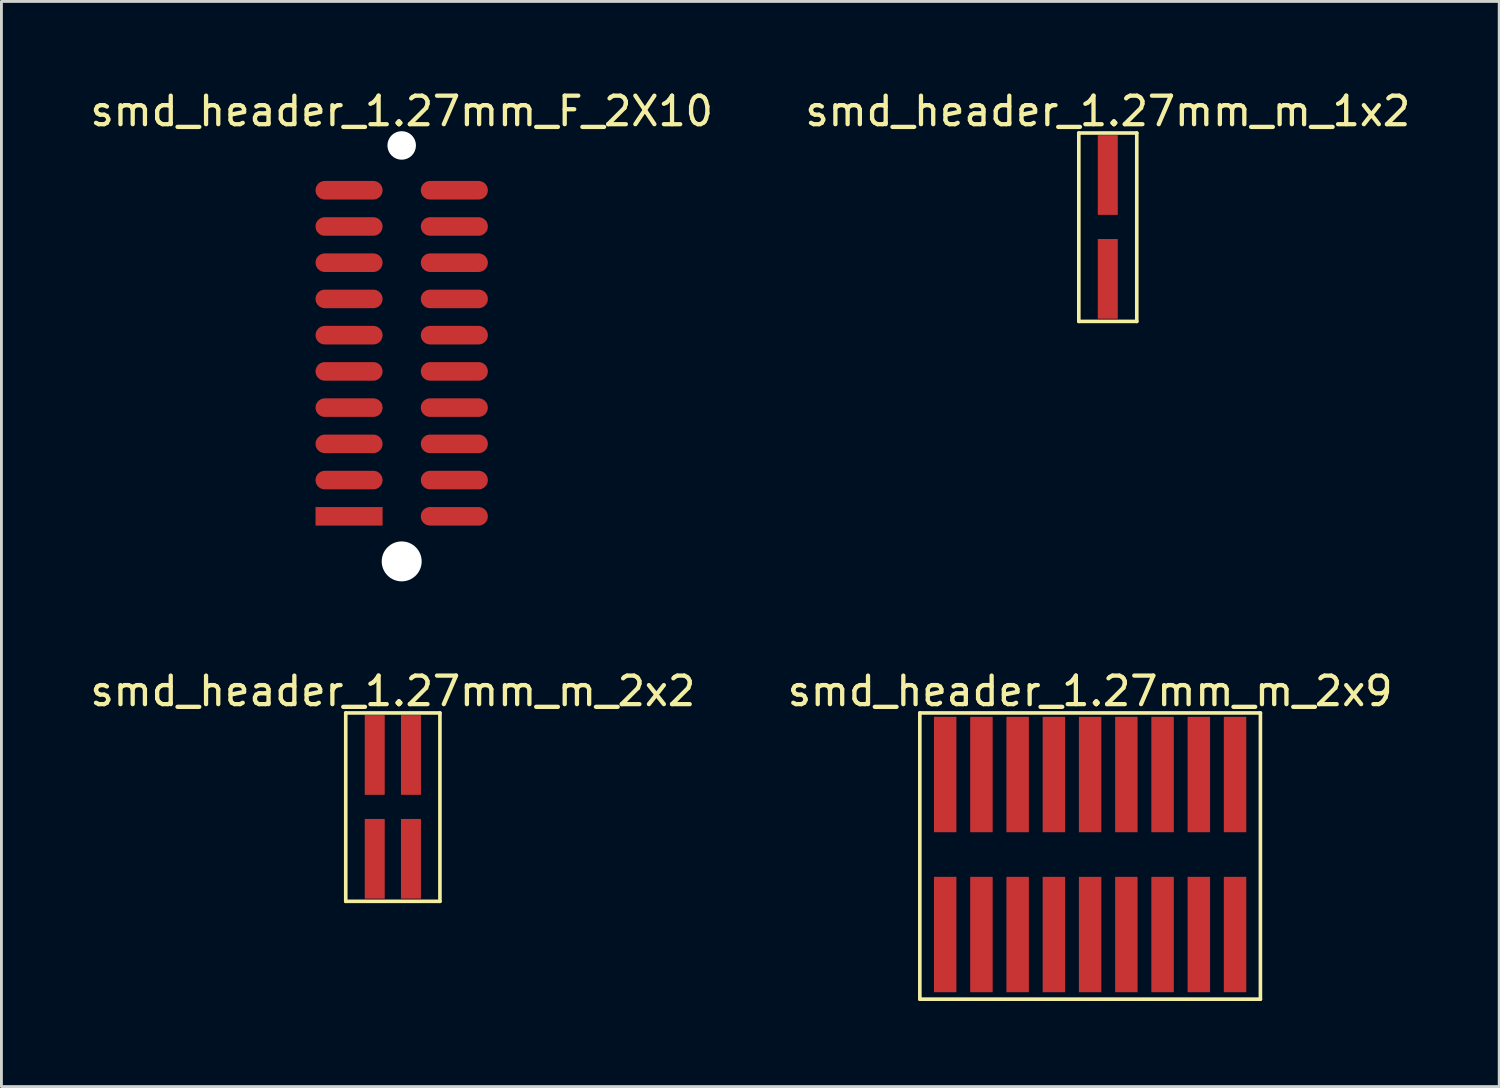
<source format=kicad_pcb>
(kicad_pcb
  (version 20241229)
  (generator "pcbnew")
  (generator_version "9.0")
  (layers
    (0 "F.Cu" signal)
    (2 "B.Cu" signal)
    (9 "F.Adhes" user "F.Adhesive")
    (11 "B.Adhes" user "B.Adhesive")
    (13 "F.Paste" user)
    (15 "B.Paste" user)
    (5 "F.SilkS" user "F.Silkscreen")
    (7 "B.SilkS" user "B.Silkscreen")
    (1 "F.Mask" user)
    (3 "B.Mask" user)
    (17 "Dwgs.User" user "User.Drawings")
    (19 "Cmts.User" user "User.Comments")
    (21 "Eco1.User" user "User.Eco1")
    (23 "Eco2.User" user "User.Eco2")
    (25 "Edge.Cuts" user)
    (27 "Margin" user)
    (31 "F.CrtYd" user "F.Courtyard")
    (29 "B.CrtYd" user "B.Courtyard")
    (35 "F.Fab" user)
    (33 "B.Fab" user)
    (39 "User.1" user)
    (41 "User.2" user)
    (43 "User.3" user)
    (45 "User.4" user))
  (footprint "smd_header_1.27mm_m_1x2"
    (layer "F.Cu")
    (at 35.78 4.905)
    (property "Reference" "smd_header_1.27mm_m_1x2" (at 0 -4.057 0) (layer "F.SilkS") (effects (font (size 1 1) (thickness 0.15))))
    (fp_line (start -1.016 -3.293) (end 1.016 -3.293) (stroke (width 0.127) (type solid)) (layer "F.SilkS"))
    (fp_line (start -1.016 3.311) (end -1.016 -3.293) (stroke (width 0.127) (type solid)) (layer "F.SilkS"))
    (fp_line (start -1.016 3.311) (end 1.016 3.311) (stroke (width 0.127) (type solid)) (layer "F.SilkS"))
    (fp_line (start 1.016 3.311) (end 1.016 -3.293) (stroke (width 0.127) (type solid)) (layer "F.SilkS"))
    (pad "1" smd rect (at 0 -1.82 180) (size 0.7 2.794) (layers "F.Cu" "F.Mask" "F.Paste"))
    (pad "2" smd rect (at 0 1.82 180) (size 0.7 2.794) (layers "F.Cu" "F.Mask" "F.Paste")))
  (footprint "smd_header_1.27mm_m_2x9"
    (layer "F.Cu")
    (at 35.161 26.903)
    (property "Reference" "smd_header_1.27mm_m_2x9" (at 0 -5.727 0) (layer "F.SilkS") (effects (font (size 1 1) (thickness 0.15))))
    (fp_line (start -5.969 -4.963) (end 5.969 -4.963) (stroke (width 0.127) (type solid)) (layer "F.SilkS"))
    (fp_line (start -5.969 5.07) (end -5.969 -4.963) (stroke (width 0.127) (type solid)) (layer "F.SilkS"))
    (fp_line (start -5.969 5.07) (end 5.969 5.07) (stroke (width 0.127) (type solid)) (layer "F.SilkS"))
    (fp_line (start 5.969 5.07) (end 5.969 -4.963) (stroke (width 0.127) (type solid)) (layer "F.SilkS"))
    (pad "1" smd rect (at 5.08 -2.804 180) (size 0.787 4.044) (layers "F.Cu" "F.Mask" "F.Paste"))
    (pad "2" smd rect (at 5.08 2.804 180) (size 0.787 4.044) (layers "F.Cu" "F.Mask" "F.Paste"))
    (pad "3" smd rect (at 3.81 -2.804 180) (size 0.787 4.044) (layers "F.Cu" "F.Mask" "F.Paste"))
    (pad "4" smd rect (at 3.81 2.804 180) (size 0.787 4.044) (layers "F.Cu" "F.Mask" "F.Paste"))
    (pad "5" smd rect (at 2.54 -2.804 180) (size 0.787 4.044) (layers "F.Cu" "F.Mask" "F.Paste"))
    (pad "6" smd rect (at 2.54 2.804 180) (size 0.787 4.044) (layers "F.Cu" "F.Mask" "F.Paste"))
    (pad "7" smd rect (at 1.27 -2.804 180) (size 0.787 4.044) (layers "F.Cu" "F.Mask" "F.Paste"))
    (pad "8" smd rect (at 1.27 2.804 180) (size 0.787 4.044) (layers "F.Cu" "F.Mask" "F.Paste"))
    (pad "9" smd rect (at 0 -2.804 180) (size 0.787 4.044) (layers "F.Cu" "F.Mask" "F.Paste"))
    (pad "10" smd rect (at 0 2.804 180) (size 0.787 4.044) (layers "F.Cu" "F.Mask" "F.Paste"))
    (pad "11" smd rect (at -1.27 -2.804 180) (size 0.787 4.044) (layers "F.Cu" "F.Mask" "F.Paste"))
    (pad "12" smd rect (at -1.27 2.804 180) (size 0.787 4.044) (layers "F.Cu" "F.Mask" "F.Paste"))
    (pad "13" smd rect (at -2.54 -2.804 180) (size 0.787 4.044) (layers "F.Cu" "F.Mask" "F.Paste"))
    (pad "14" smd rect (at -2.54 2.804 180) (size 0.787 4.044) (layers "F.Cu" "F.Mask" "F.Paste"))
    (pad "15" smd rect (at -3.81 -2.804 180) (size 0.787 4.044) (layers "F.Cu" "F.Mask" "F.Paste"))
    (pad "16" smd rect (at -3.81 2.804 180) (size 0.787 4.044) (layers "F.Cu" "F.Mask" "F.Paste"))
    (pad "17" smd rect (at -5.08 -2.804 180) (size 0.787 4.044) (layers "F.Cu" "F.Mask" "F.Paste"))
    (pad "18" smd rect (at -5.08 2.804 180) (size 0.787 4.044) (layers "F.Cu" "F.Mask" "F.Paste")))
  (footprint "smd_header_1.27mm_m_2x2"
    (layer "F.Cu")
    (at 10.72 25.233)
    (property "Reference" "smd_header_1.27mm_m_2x2" (at 0 -4.057 0) (layer "F.SilkS") (effects (font (size 1 1) (thickness 0.15))))
    (fp_line (start -1.651 -3.293) (end 1.651 -3.293) (stroke (width 0.127) (type solid)) (layer "F.SilkS"))
    (fp_line (start -1.651 3.311) (end -1.651 -3.293) (stroke (width 0.127) (type solid)) (layer "F.SilkS"))
    (fp_line (start -1.651 3.311) (end 1.651 3.311) (stroke (width 0.127) (type solid)) (layer "F.SilkS"))
    (fp_line (start 1.651 3.311) (end 1.651 -3.293) (stroke (width 0.127) (type solid)) (layer "F.SilkS"))
    (pad "1" smd rect (at 0.635 -1.82 180) (size 0.7 2.794) (layers "F.Cu" "F.Mask" "F.Paste"))
    (pad "2" smd rect (at 0.635 1.82 180) (size 0.7 2.794) (layers "F.Cu" "F.Mask" "F.Paste"))
    (pad "3" smd rect (at -0.635 -1.82 180) (size 0.7 2.794) (layers "F.Cu" "F.Mask" "F.Paste"))
    (pad "4" smd rect (at -0.635 1.82 180) (size 0.7 2.794) (layers "F.Cu" "F.Mask" "F.Paste")))
  (footprint "smd_header_1.27mm_F_2X10"
    (layer "F.Cu")
    (at 11.03 9.338)
    (property "Reference" "smd_header_1.27mm_F_2X10" (at 0 -8.49 0) (layer "F.SilkS") (effects (font (size 1 1) (thickness 0.15))))
    (pad "" np_thru_hole circle (at 0 -7.29) (size 1 1) (drill 1) (layers "*.Cu" "*.Mask"))
    (pad "" np_thru_hole circle (at 0 7.29) (size 1.4 1.4) (drill 1.4) (layers "*.Cu" "*.Mask"))
    (pad "1" smd rect (at -1.845 5.71) (size 2.35 0.65) (layers "F.Cu" "F.Mask" "F.Paste"))
    (pad "2" smd oval (at 1.845 5.71 180) (size 2.35 0.65) (layers "F.Cu" "F.Mask" "F.Paste"))
    (pad "3" smd oval (at -1.845 4.44) (size 2.35 0.65) (layers "F.Cu" "F.Mask" "F.Paste"))
    (pad "4" smd oval (at 1.845 4.44 180) (size 2.35 0.65) (layers "F.Cu" "F.Mask" "F.Paste"))
    (pad "5" smd oval (at -1.845 3.17) (size 2.35 0.65) (layers "F.Cu" "F.Mask" "F.Paste"))
    (pad "6" smd oval (at 1.845 3.17 180) (size 2.35 0.65) (layers "F.Cu" "F.Mask" "F.Paste"))
    (pad "7" smd oval (at -1.845 1.9) (size 2.35 0.65) (layers "F.Cu" "F.Mask" "F.Paste"))
    (pad "8" smd oval (at 1.845 1.9 180) (size 2.35 0.65) (layers "F.Cu" "F.Mask" "F.Paste"))
    (pad "9" smd oval (at -1.845 0.63) (size 2.35 0.65) (layers "F.Cu" "F.Mask" "F.Paste"))
    (pad "10" smd oval (at 1.845 0.63 180) (size 2.35 0.65) (layers "F.Cu" "F.Mask" "F.Paste"))
    (pad "11" smd oval (at -1.845 -0.64) (size 2.35 0.65) (layers "F.Cu" "F.Mask" "F.Paste"))
    (pad "12" smd oval (at 1.845 -0.64 180) (size 2.35 0.65) (layers "F.Cu" "F.Mask" "F.Paste"))
    (pad "13" smd oval (at -1.845 -1.91) (size 2.35 0.65) (layers "F.Cu" "F.Mask" "F.Paste"))
    (pad "14" smd oval (at 1.845 -1.91 180) (size 2.35 0.65) (layers "F.Cu" "F.Mask" "F.Paste"))
    (pad "15" smd oval (at -1.845 -3.18) (size 2.35 0.65) (layers "F.Cu" "F.Mask" "F.Paste"))
    (pad "16" smd oval (at 1.845 -3.18 180) (size 2.35 0.65) (layers "F.Cu" "F.Mask" "F.Paste"))
    (pad "17" smd oval (at -1.845 -4.45) (size 2.35 0.65) (layers "F.Cu" "F.Mask" "F.Paste"))
    (pad "18" smd oval (at 1.845 -4.45 180) (size 2.35 0.65) (layers "F.Cu" "F.Mask" "F.Paste"))
    (pad "19" smd oval (at -1.845 -5.72) (size 2.35 0.65) (layers "F.Cu" "F.Mask" "F.Paste"))
    (pad "20" smd oval (at 1.845 -5.72 180) (size 2.35 0.65) (layers "F.Cu" "F.Mask" "F.Paste")))
  (gr_rect
    (start -3 -3)
    (end 49.5 35.036)
    (stroke (width 0.1) (type default))
    (fill no)
    (layer "Edge.Cuts")))
</source>
